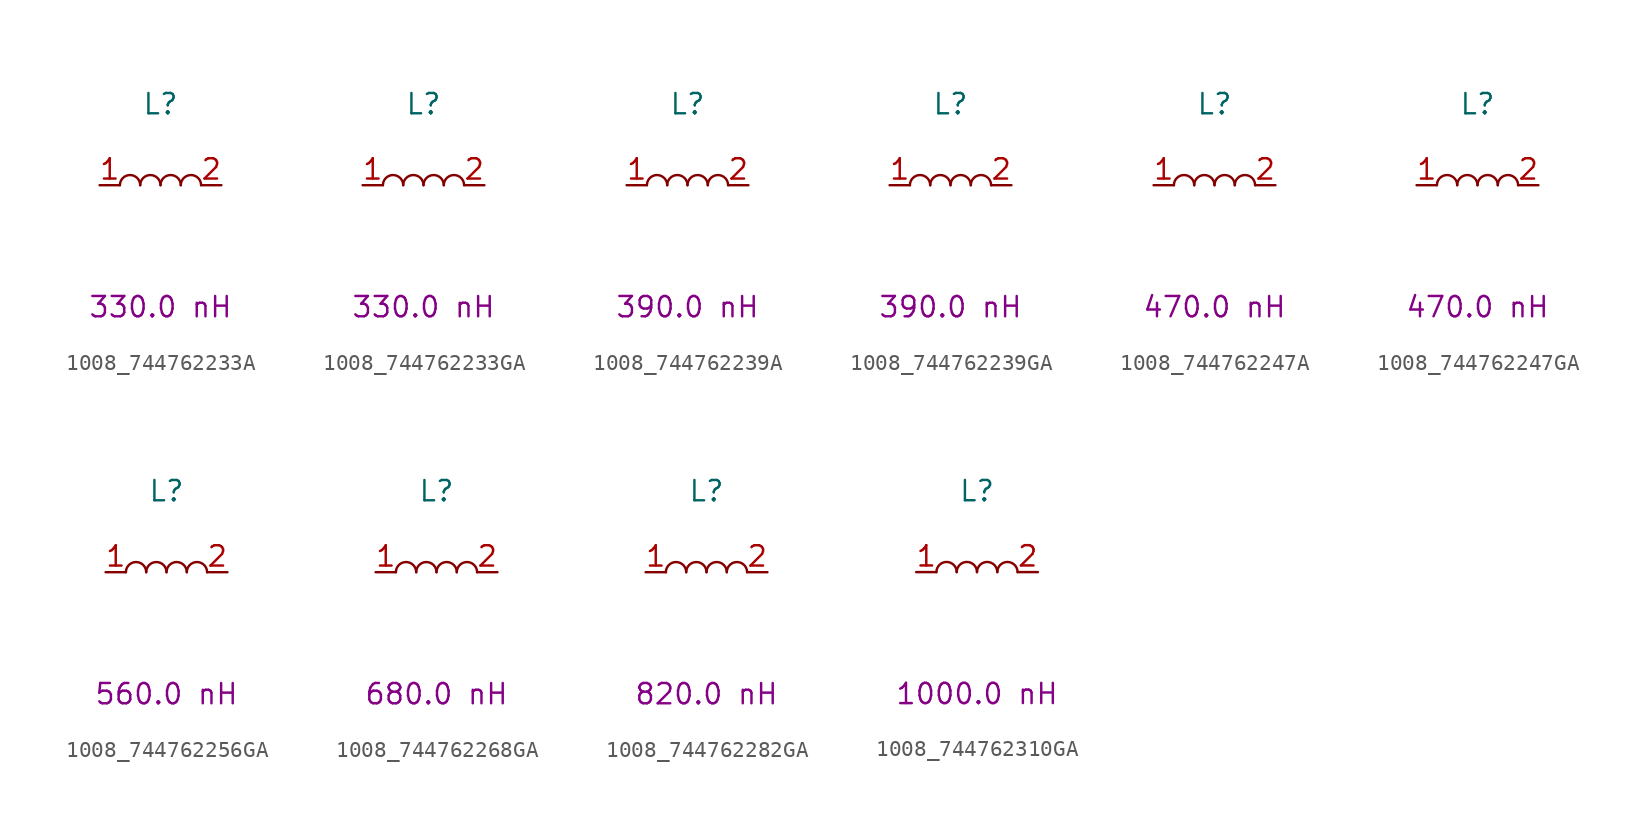
<source format=kicad_sym>
(kicad_symbol_lib
  (version 20220914)
  (generator kicad_symbol_editor)
  (symbol "1008_744762233A"
    (pin_names hide)
    (property "Reference" "L"
      (at 0 5.08 0)
      (effects (font (size 1.27 1.27))))
    (property "Critical Parameter" "330.0 nH"
      (at 0 -7.62 0)
      (effects (font (size 1.27 1.27))))
    (symbol "1008_744762233A_0_1"
      (arc (start -1.27 0) (mid -1.905 0.6323) (end -2.54 0) (stroke (width 0) (type default)) (fill (type none)))
      (arc (start 0 0) (mid -0.635 0.6323) (end -1.27 0) (stroke (width 0) (type default)) (fill (type none)))
      (arc (start 1.27 0) (mid 0.635 0.6323) (end 0 0) (stroke (width 0) (type default)) (fill (type none)))
      (arc (start 2.54 0) (mid 1.905 0.6323) (end 1.27 0) (stroke (width 0) (type default)) (fill (type none))))
    (symbol "1008_744762233A_1_1"
      (pin passive line (at -3.81 0 0) (length 1.27) (name "1" (effects (font (size 1.27 1.27)))) (number "1" (effects (font (size 1.27 1.27)))))
      (pin passive line (at 3.81 0 180) (length 1.27) (name "2" (effects (font (size 1.27 1.27)))) (number "2" (effects (font (size 1.27 1.27)))))))
  (symbol "1008_744762233GA"
    (pin_names hide)
    (property "Reference" "L"
      (at 0 5.08 0)
      (effects (font (size 1.27 1.27))))
    (property "Critical Parameter" "330.0 nH"
      (at 0 -7.62 0)
      (effects (font (size 1.27 1.27))))
    (symbol "1008_744762233GA_0_1"
      (arc (start -1.27 0) (mid -1.905 0.6323) (end -2.54 0) (stroke (width 0) (type default)) (fill (type none)))
      (arc (start 0 0) (mid -0.635 0.6323) (end -1.27 0) (stroke (width 0) (type default)) (fill (type none)))
      (arc (start 1.27 0) (mid 0.635 0.6323) (end 0 0) (stroke (width 0) (type default)) (fill (type none)))
      (arc (start 2.54 0) (mid 1.905 0.6323) (end 1.27 0) (stroke (width 0) (type default)) (fill (type none))))
    (symbol "1008_744762233GA_1_1"
      (pin passive line (at -3.81 0 0) (length 1.27) (name "1" (effects (font (size 1.27 1.27)))) (number "1" (effects (font (size 1.27 1.27)))))
      (pin passive line (at 3.81 0 180) (length 1.27) (name "2" (effects (font (size 1.27 1.27)))) (number "2" (effects (font (size 1.27 1.27)))))))
  (symbol "1008_744762239A"
    (pin_names hide)
    (property "Reference" "L"
      (at 0 5.08 0)
      (effects (font (size 1.27 1.27))))
    (property "Critical Parameter" "390.0 nH"
      (at 0 -7.62 0)
      (effects (font (size 1.27 1.27))))
    (symbol "1008_744762239A_0_1"
      (arc (start -1.27 0) (mid -1.905 0.6323) (end -2.54 0) (stroke (width 0) (type default)) (fill (type none)))
      (arc (start 0 0) (mid -0.635 0.6323) (end -1.27 0) (stroke (width 0) (type default)) (fill (type none)))
      (arc (start 1.27 0) (mid 0.635 0.6323) (end 0 0) (stroke (width 0) (type default)) (fill (type none)))
      (arc (start 2.54 0) (mid 1.905 0.6323) (end 1.27 0) (stroke (width 0) (type default)) (fill (type none))))
    (symbol "1008_744762239A_1_1"
      (pin passive line (at -3.81 0 0) (length 1.27) (name "1" (effects (font (size 1.27 1.27)))) (number "1" (effects (font (size 1.27 1.27)))))
      (pin passive line (at 3.81 0 180) (length 1.27) (name "2" (effects (font (size 1.27 1.27)))) (number "2" (effects (font (size 1.27 1.27)))))))
  (symbol "1008_744762239GA"
    (pin_names hide)
    (property "Reference" "L"
      (at 0 5.08 0)
      (effects (font (size 1.27 1.27))))
    (property "Critical Parameter" "390.0 nH"
      (at 0 -7.62 0)
      (effects (font (size 1.27 1.27))))
    (symbol "1008_744762239GA_0_1"
      (arc (start -1.27 0) (mid -1.905 0.6323) (end -2.54 0) (stroke (width 0) (type default)) (fill (type none)))
      (arc (start 0 0) (mid -0.635 0.6323) (end -1.27 0) (stroke (width 0) (type default)) (fill (type none)))
      (arc (start 1.27 0) (mid 0.635 0.6323) (end 0 0) (stroke (width 0) (type default)) (fill (type none)))
      (arc (start 2.54 0) (mid 1.905 0.6323) (end 1.27 0) (stroke (width 0) (type default)) (fill (type none))))
    (symbol "1008_744762239GA_1_1"
      (pin passive line (at -3.81 0 0) (length 1.27) (name "1" (effects (font (size 1.27 1.27)))) (number "1" (effects (font (size 1.27 1.27)))))
      (pin passive line (at 3.81 0 180) (length 1.27) (name "2" (effects (font (size 1.27 1.27)))) (number "2" (effects (font (size 1.27 1.27)))))))
  (symbol "1008_744762247A"
    (pin_names hide)
    (property "Reference" "L"
      (at 0 5.08 0)
      (effects (font (size 1.27 1.27))))
    (property "Critical Parameter" "470.0 nH"
      (at 0 -7.62 0)
      (effects (font (size 1.27 1.27))))
    (symbol "1008_744762247A_0_1"
      (arc (start -1.27 0) (mid -1.905 0.6323) (end -2.54 0) (stroke (width 0) (type default)) (fill (type none)))
      (arc (start 0 0) (mid -0.635 0.6323) (end -1.27 0) (stroke (width 0) (type default)) (fill (type none)))
      (arc (start 1.27 0) (mid 0.635 0.6323) (end 0 0) (stroke (width 0) (type default)) (fill (type none)))
      (arc (start 2.54 0) (mid 1.905 0.6323) (end 1.27 0) (stroke (width 0) (type default)) (fill (type none))))
    (symbol "1008_744762247A_1_1"
      (pin passive line (at -3.81 0 0) (length 1.27) (name "1" (effects (font (size 1.27 1.27)))) (number "1" (effects (font (size 1.27 1.27)))))
      (pin passive line (at 3.81 0 180) (length 1.27) (name "2" (effects (font (size 1.27 1.27)))) (number "2" (effects (font (size 1.27 1.27)))))))
  (symbol "1008_744762247GA"
    (pin_names hide)
    (property "Reference" "L"
      (at 0 5.08 0)
      (effects (font (size 1.27 1.27))))
    (property "Critical Parameter" "470.0 nH"
      (at 0 -7.62 0)
      (effects (font (size 1.27 1.27))))
    (symbol "1008_744762247GA_0_1"
      (arc (start -1.27 0) (mid -1.905 0.6323) (end -2.54 0) (stroke (width 0) (type default)) (fill (type none)))
      (arc (start 0 0) (mid -0.635 0.6323) (end -1.27 0) (stroke (width 0) (type default)) (fill (type none)))
      (arc (start 1.27 0) (mid 0.635 0.6323) (end 0 0) (stroke (width 0) (type default)) (fill (type none)))
      (arc (start 2.54 0) (mid 1.905 0.6323) (end 1.27 0) (stroke (width 0) (type default)) (fill (type none))))
    (symbol "1008_744762247GA_1_1"
      (pin passive line (at -3.81 0 0) (length 1.27) (name "1" (effects (font (size 1.27 1.27)))) (number "1" (effects (font (size 1.27 1.27)))))
      (pin passive line (at 3.81 0 180) (length 1.27) (name "2" (effects (font (size 1.27 1.27)))) (number "2" (effects (font (size 1.27 1.27)))))))
  (symbol "1008_744762256GA"
    (pin_names hide)
    (property "Reference" "L"
      (at 0 5.08 0)
      (effects (font (size 1.27 1.27))))
    (property "Critical Parameter" "560.0 nH"
      (at 0 -7.62 0)
      (effects (font (size 1.27 1.27))))
    (symbol "1008_744762256GA_0_1"
      (arc (start -1.27 0) (mid -1.905 0.6323) (end -2.54 0) (stroke (width 0) (type default)) (fill (type none)))
      (arc (start 0 0) (mid -0.635 0.6323) (end -1.27 0) (stroke (width 0) (type default)) (fill (type none)))
      (arc (start 1.27 0) (mid 0.635 0.6323) (end 0 0) (stroke (width 0) (type default)) (fill (type none)))
      (arc (start 2.54 0) (mid 1.905 0.6323) (end 1.27 0) (stroke (width 0) (type default)) (fill (type none))))
    (symbol "1008_744762256GA_1_1"
      (pin passive line (at -3.81 0 0) (length 1.27) (name "1" (effects (font (size 1.27 1.27)))) (number "1" (effects (font (size 1.27 1.27)))))
      (pin passive line (at 3.81 0 180) (length 1.27) (name "2" (effects (font (size 1.27 1.27)))) (number "2" (effects (font (size 1.27 1.27)))))))
  (symbol "1008_744762268GA"
    (pin_names hide)
    (property "Reference" "L"
      (at 0 5.08 0)
      (effects (font (size 1.27 1.27))))
    (property "Critical Parameter" "680.0 nH"
      (at 0 -7.62 0)
      (effects (font (size 1.27 1.27))))
    (symbol "1008_744762268GA_0_1"
      (arc (start -1.27 0) (mid -1.905 0.6323) (end -2.54 0) (stroke (width 0) (type default)) (fill (type none)))
      (arc (start 0 0) (mid -0.635 0.6323) (end -1.27 0) (stroke (width 0) (type default)) (fill (type none)))
      (arc (start 1.27 0) (mid 0.635 0.6323) (end 0 0) (stroke (width 0) (type default)) (fill (type none)))
      (arc (start 2.54 0) (mid 1.905 0.6323) (end 1.27 0) (stroke (width 0) (type default)) (fill (type none))))
    (symbol "1008_744762268GA_1_1"
      (pin passive line (at -3.81 0 0) (length 1.27) (name "1" (effects (font (size 1.27 1.27)))) (number "1" (effects (font (size 1.27 1.27)))))
      (pin passive line (at 3.81 0 180) (length 1.27) (name "2" (effects (font (size 1.27 1.27)))) (number "2" (effects (font (size 1.27 1.27)))))))
  (symbol "1008_744762282GA"
    (pin_names hide)
    (property "Reference" "L"
      (at 0 5.08 0)
      (effects (font (size 1.27 1.27))))
    (property "Critical Parameter" "820.0 nH"
      (at 0 -7.62 0)
      (effects (font (size 1.27 1.27))))
    (symbol "1008_744762282GA_0_1"
      (arc (start -1.27 0) (mid -1.905 0.6323) (end -2.54 0) (stroke (width 0) (type default)) (fill (type none)))
      (arc (start 0 0) (mid -0.635 0.6323) (end -1.27 0) (stroke (width 0) (type default)) (fill (type none)))
      (arc (start 1.27 0) (mid 0.635 0.6323) (end 0 0) (stroke (width 0) (type default)) (fill (type none)))
      (arc (start 2.54 0) (mid 1.905 0.6323) (end 1.27 0) (stroke (width 0) (type default)) (fill (type none))))
    (symbol "1008_744762282GA_1_1"
      (pin passive line (at -3.81 0 0) (length 1.27) (name "1" (effects (font (size 1.27 1.27)))) (number "1" (effects (font (size 1.27 1.27)))))
      (pin passive line (at 3.81 0 180) (length 1.27) (name "2" (effects (font (size 1.27 1.27)))) (number "2" (effects (font (size 1.27 1.27)))))))
  (symbol "1008_744762310GA"
    (pin_names hide)
    (property "Reference" "L"
      (at 0 5.08 0)
      (effects (font (size 1.27 1.27))))
    (property "Critical Parameter" "1000.0 nH"
      (at 0 -7.62 0)
      (effects (font (size 1.27 1.27))))
    (symbol "1008_744762310GA_0_1"
      (arc (start -1.27 0) (mid -1.905 0.6323) (end -2.54 0) (stroke (width 0) (type default)) (fill (type none)))
      (arc (start 0 0) (mid -0.635 0.6323) (end -1.27 0) (stroke (width 0) (type default)) (fill (type none)))
      (arc (start 1.27 0) (mid 0.635 0.6323) (end 0 0) (stroke (width 0) (type default)) (fill (type none)))
      (arc (start 2.54 0) (mid 1.905 0.6323) (end 1.27 0) (stroke (width 0) (type default)) (fill (type none))))
    (symbol "1008_744762310GA_1_1"
      (pin passive line (at -3.81 0 0) (length 1.27) (name "1" (effects (font (size 1.27 1.27)))) (number "1" (effects (font (size 1.27 1.27)))))
      (pin passive line (at 3.81 0 180) (length 1.27) (name "2" (effects (font (size 1.27 1.27)))) (number "2" (effects (font (size 1.27 1.27))))))))
</source>
